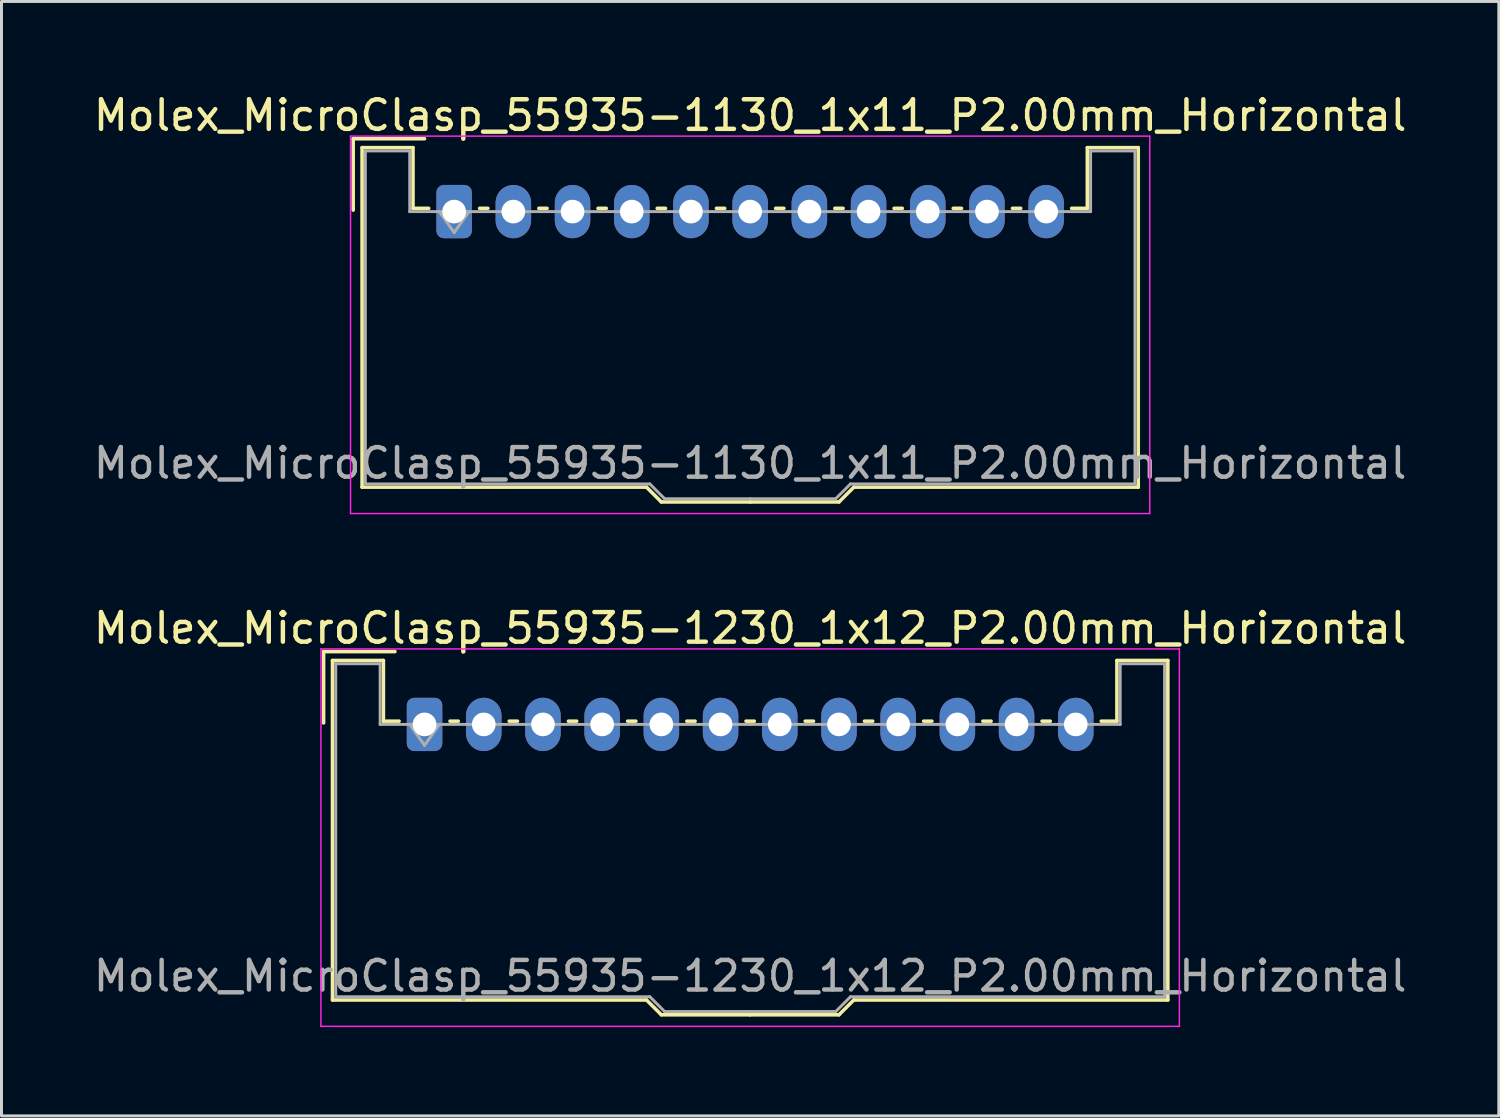
<source format=kicad_pcb>
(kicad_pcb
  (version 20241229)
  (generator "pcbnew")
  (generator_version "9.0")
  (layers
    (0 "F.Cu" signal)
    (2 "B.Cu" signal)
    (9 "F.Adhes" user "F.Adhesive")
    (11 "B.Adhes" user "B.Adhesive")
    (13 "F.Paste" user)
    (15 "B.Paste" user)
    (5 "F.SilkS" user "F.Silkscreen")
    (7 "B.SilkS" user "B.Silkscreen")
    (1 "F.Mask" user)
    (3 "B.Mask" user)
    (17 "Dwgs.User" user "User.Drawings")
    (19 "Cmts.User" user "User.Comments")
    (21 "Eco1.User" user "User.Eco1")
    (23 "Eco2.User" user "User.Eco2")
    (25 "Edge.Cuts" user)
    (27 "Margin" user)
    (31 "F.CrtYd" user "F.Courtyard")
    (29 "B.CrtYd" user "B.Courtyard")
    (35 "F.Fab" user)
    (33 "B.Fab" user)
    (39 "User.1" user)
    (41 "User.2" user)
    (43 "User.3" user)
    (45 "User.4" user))
  (footprint "Molex_MicroClasp_55935-1130_1x11_P2.00mm_Horizontal"
    (layer "F.Cu")
    (at 12.292 4.098)
    (property "Reference" "Molex_MicroClasp_55935-1130_1x11_P2.00mm_Horizontal" (at 10 -3.25 0) (layer "F.SilkS") (effects (font (size 1 1) (thickness 0.15))))
    (attr through_hole)
    (fp_line (start -3.41 -2.46) (end -1 -2.46) (stroke (width 0.12) (type solid)) (layer "F.SilkS"))
    (fp_line (start -3.41 -0.05) (end -3.41 -2.46) (stroke (width 0.12) (type solid)) (layer "F.SilkS"))
    (fp_line (start -3.11 -2.16) (end -1.39 -2.16) (stroke (width 0.12) (type solid)) (layer "F.SilkS"))
    (fp_line (start -3.11 9.31) (end -3.11 -2.16) (stroke (width 0.12) (type solid)) (layer "F.SilkS"))
    (fp_line (start -1.39 -2.16) (end -1.39 -0.11) (stroke (width 0.12) (type solid)) (layer "F.SilkS"))
    (fp_line (start -1.39 -0.11) (end -0.86 -0.11) (stroke (width 0.12) (type solid)) (layer "F.SilkS"))
    (fp_line (start 0.86 -0.11) (end 1.14 -0.11) (stroke (width 0.12) (type solid)) (layer "F.SilkS"))
    (fp_line (start 2.86 -0.11) (end 3.14 -0.11) (stroke (width 0.12) (type solid)) (layer "F.SilkS"))
    (fp_line (start 4.86 -0.11) (end 5.14 -0.11) (stroke (width 0.12) (type solid)) (layer "F.SilkS"))
    (fp_line (start 6.5 9.31) (end -3.11 9.31) (stroke (width 0.12) (type solid)) (layer "F.SilkS"))
    (fp_line (start 6.86 -0.11) (end 7.14 -0.11) (stroke (width 0.12) (type solid)) (layer "F.SilkS"))
    (fp_line (start 7 9.81) (end 6.5 9.31) (stroke (width 0.12) (type solid)) (layer "F.SilkS"))
    (fp_line (start 8.86 -0.11) (end 9.14 -0.11) (stroke (width 0.12) (type solid)) (layer "F.SilkS"))
    (fp_line (start 10 9.81) (end 7 9.81) (stroke (width 0.12) (type solid)) (layer "F.SilkS"))
    (fp_line (start 10 9.81) (end 13 9.81) (stroke (width 0.12) (type solid)) (layer "F.SilkS"))
    (fp_line (start 10.86 -0.11) (end 11.14 -0.11) (stroke (width 0.12) (type solid)) (layer "F.SilkS"))
    (fp_line (start 12.86 -0.11) (end 13.14 -0.11) (stroke (width 0.12) (type solid)) (layer "F.SilkS"))
    (fp_line (start 13 9.81) (end 13.5 9.31) (stroke (width 0.12) (type solid)) (layer "F.SilkS"))
    (fp_line (start 13.5 9.31) (end 23.11 9.31) (stroke (width 0.12) (type solid)) (layer "F.SilkS"))
    (fp_line (start 14.86 -0.11) (end 15.14 -0.11) (stroke (width 0.12) (type solid)) (layer "F.SilkS"))
    (fp_line (start 16.86 -0.11) (end 17.14 -0.11) (stroke (width 0.12) (type solid)) (layer "F.SilkS"))
    (fp_line (start 18.86 -0.11) (end 19.14 -0.11) (stroke (width 0.12) (type solid)) (layer "F.SilkS"))
    (fp_line (start 21.39 -2.16) (end 21.39 -0.11) (stroke (width 0.12) (type solid)) (layer "F.SilkS"))
    (fp_line (start 21.39 -0.11) (end 20.86 -0.11) (stroke (width 0.12) (type solid)) (layer "F.SilkS"))
    (fp_line (start 23.11 -2.16) (end 21.39 -2.16) (stroke (width 0.12) (type solid)) (layer "F.SilkS"))
    (fp_line (start 23.11 9.31) (end 23.11 -2.16) (stroke (width 0.12) (type solid)) (layer "F.SilkS"))
    (fp_line (start -3.5 -2.55) (end -3.5 10.2) (stroke (width 0.05) (type solid)) (layer "F.CrtYd"))
    (fp_line (start -3.5 10.2) (end 23.5 10.2) (stroke (width 0.05) (type solid)) (layer "F.CrtYd"))
    (fp_line (start 23.5 -2.55) (end -3.5 -2.55) (stroke (width 0.05) (type solid)) (layer "F.CrtYd"))
    (fp_line (start 23.5 10.2) (end 23.5 -2.55) (stroke (width 0.05) (type solid)) (layer "F.CrtYd"))
    (fp_line (start -3 -2.05) (end -1.5 -2.05) (stroke (width 0.1) (type solid)) (layer "F.Fab"))
    (fp_line (start -3 9.2) (end -3 -2.05) (stroke (width 0.1) (type solid)) (layer "F.Fab"))
    (fp_line (start -1.5 -2.05) (end -1.5 0) (stroke (width 0.1) (type solid)) (layer "F.Fab"))
    (fp_line (start -1.5 0) (end 10 0) (stroke (width 0.1) (type solid)) (layer "F.Fab"))
    (fp_line (start -0.5 0) (end 0 0.707) (stroke (width 0.1) (type solid)) (layer "F.Fab"))
    (fp_line (start 0 0.707) (end 0.5 0) (stroke (width 0.1) (type solid)) (layer "F.Fab"))
    (fp_line (start 6.61 9.2) (end -3 9.2) (stroke (width 0.1) (type solid)) (layer "F.Fab"))
    (fp_line (start 7.11 9.7) (end 6.61 9.2) (stroke (width 0.1) (type solid)) (layer "F.Fab"))
    (fp_line (start 10 9.7) (end 7.11 9.7) (stroke (width 0.1) (type solid)) (layer "F.Fab"))
    (fp_line (start 10 9.7) (end 12.89 9.7) (stroke (width 0.1) (type solid)) (layer "F.Fab"))
    (fp_line (start 12.89 9.7) (end 13.39 9.2) (stroke (width 0.1) (type solid)) (layer "F.Fab"))
    (fp_line (start 13.39 9.2) (end 23 9.2) (stroke (width 0.1) (type solid)) (layer "F.Fab"))
    (fp_line (start 21.5 -2.05) (end 21.5 0) (stroke (width 0.1) (type solid)) (layer "F.Fab"))
    (fp_line (start 21.5 0) (end 10 0) (stroke (width 0.1) (type solid)) (layer "F.Fab"))
    (fp_line (start 23 -2.05) (end 21.5 -2.05) (stroke (width 0.1) (type solid)) (layer "F.Fab"))
    (fp_line (start 23 9.2) (end 23 -2.05) (stroke (width 0.1) (type solid)) (layer "F.Fab"))
    (fp_text user "${REFERENCE}" (at 10 8.5 0) (layer "F.Fab") (effects (font (size 1 1) (thickness 0.15))))
    (pad "1" thru_hole roundrect (at 0 0) (size 1.2 1.8) (drill 0.8) (layers "*.Cu" "*.Mask") (roundrect_rratio 0.208))
    (pad "2" thru_hole oval (at 2 0) (size 1.2 1.8) (drill 0.8) (layers "*.Cu" "*.Mask"))
    (pad "3" thru_hole oval (at 4 0) (size 1.2 1.8) (drill 0.8) (layers "*.Cu" "*.Mask"))
    (pad "4" thru_hole oval (at 6 0) (size 1.2 1.8) (drill 0.8) (layers "*.Cu" "*.Mask"))
    (pad "5" thru_hole oval (at 8 0) (size 1.2 1.8) (drill 0.8) (layers "*.Cu" "*.Mask"))
    (pad "6" thru_hole oval (at 10 0) (size 1.2 1.8) (drill 0.8) (layers "*.Cu" "*.Mask"))
    (pad "7" thru_hole oval (at 12 0) (size 1.2 1.8) (drill 0.8) (layers "*.Cu" "*.Mask"))
    (pad "8" thru_hole oval (at 14 0) (size 1.2 1.8) (drill 0.8) (layers "*.Cu" "*.Mask"))
    (pad "9" thru_hole oval (at 16 0) (size 1.2 1.8) (drill 0.8) (layers "*.Cu" "*.Mask"))
    (pad "10" thru_hole oval (at 18 0) (size 1.2 1.8) (drill 0.8) (layers "*.Cu" "*.Mask"))
    (pad "11" thru_hole oval (at 20 0) (size 1.2 1.8) (drill 0.8) (layers "*.Cu" "*.Mask")))
  (footprint "Molex_MicroClasp_55935-1230_1x12_P2.00mm_Horizontal"
    (layer "F.Cu")
    (at 11.292 21.422)
    (property "Reference" "Molex_MicroClasp_55935-1230_1x12_P2.00mm_Horizontal" (at 11 -3.25 0) (layer "F.SilkS") (effects (font (size 1 1) (thickness 0.15))))
    (attr through_hole)
    (fp_line (start -3.41 -2.46) (end -1 -2.46) (stroke (width 0.12) (type solid)) (layer "F.SilkS"))
    (fp_line (start -3.41 -0.05) (end -3.41 -2.46) (stroke (width 0.12) (type solid)) (layer "F.SilkS"))
    (fp_line (start -3.11 -2.16) (end -1.39 -2.16) (stroke (width 0.12) (type solid)) (layer "F.SilkS"))
    (fp_line (start -3.11 9.31) (end -3.11 -2.16) (stroke (width 0.12) (type solid)) (layer "F.SilkS"))
    (fp_line (start -1.39 -2.16) (end -1.39 -0.11) (stroke (width 0.12) (type solid)) (layer "F.SilkS"))
    (fp_line (start -1.39 -0.11) (end -0.86 -0.11) (stroke (width 0.12) (type solid)) (layer "F.SilkS"))
    (fp_line (start 0.86 -0.11) (end 1.14 -0.11) (stroke (width 0.12) (type solid)) (layer "F.SilkS"))
    (fp_line (start 2.86 -0.11) (end 3.14 -0.11) (stroke (width 0.12) (type solid)) (layer "F.SilkS"))
    (fp_line (start 4.86 -0.11) (end 5.14 -0.11) (stroke (width 0.12) (type solid)) (layer "F.SilkS"))
    (fp_line (start 6.86 -0.11) (end 7.14 -0.11) (stroke (width 0.12) (type solid)) (layer "F.SilkS"))
    (fp_line (start 7.5 9.31) (end -3.11 9.31) (stroke (width 0.12) (type solid)) (layer "F.SilkS"))
    (fp_line (start 8 9.81) (end 7.5 9.31) (stroke (width 0.12) (type solid)) (layer "F.SilkS"))
    (fp_line (start 8.86 -0.11) (end 9.14 -0.11) (stroke (width 0.12) (type solid)) (layer "F.SilkS"))
    (fp_line (start 10.86 -0.11) (end 11.14 -0.11) (stroke (width 0.12) (type solid)) (layer "F.SilkS"))
    (fp_line (start 11 9.81) (end 8 9.81) (stroke (width 0.12) (type solid)) (layer "F.SilkS"))
    (fp_line (start 11 9.81) (end 14 9.81) (stroke (width 0.12) (type solid)) (layer "F.SilkS"))
    (fp_line (start 12.86 -0.11) (end 13.14 -0.11) (stroke (width 0.12) (type solid)) (layer "F.SilkS"))
    (fp_line (start 14 9.81) (end 14.5 9.31) (stroke (width 0.12) (type solid)) (layer "F.SilkS"))
    (fp_line (start 14.5 9.31) (end 25.11 9.31) (stroke (width 0.12) (type solid)) (layer "F.SilkS"))
    (fp_line (start 14.86 -0.11) (end 15.14 -0.11) (stroke (width 0.12) (type solid)) (layer "F.SilkS"))
    (fp_line (start 16.86 -0.11) (end 17.14 -0.11) (stroke (width 0.12) (type solid)) (layer "F.SilkS"))
    (fp_line (start 18.86 -0.11) (end 19.14 -0.11) (stroke (width 0.12) (type solid)) (layer "F.SilkS"))
    (fp_line (start 20.86 -0.11) (end 21.14 -0.11) (stroke (width 0.12) (type solid)) (layer "F.SilkS"))
    (fp_line (start 23.39 -2.16) (end 23.39 -0.11) (stroke (width 0.12) (type solid)) (layer "F.SilkS"))
    (fp_line (start 23.39 -0.11) (end 22.86 -0.11) (stroke (width 0.12) (type solid)) (layer "F.SilkS"))
    (fp_line (start 25.11 -2.16) (end 23.39 -2.16) (stroke (width 0.12) (type solid)) (layer "F.SilkS"))
    (fp_line (start 25.11 9.31) (end 25.11 -2.16) (stroke (width 0.12) (type solid)) (layer "F.SilkS"))
    (fp_line (start -3.5 -2.55) (end -3.5 10.2) (stroke (width 0.05) (type solid)) (layer "F.CrtYd"))
    (fp_line (start -3.5 10.2) (end 25.5 10.2) (stroke (width 0.05) (type solid)) (layer "F.CrtYd"))
    (fp_line (start 25.5 -2.55) (end -3.5 -2.55) (stroke (width 0.05) (type solid)) (layer "F.CrtYd"))
    (fp_line (start 25.5 10.2) (end 25.5 -2.55) (stroke (width 0.05) (type solid)) (layer "F.CrtYd"))
    (fp_line (start -3 -2.05) (end -1.5 -2.05) (stroke (width 0.1) (type solid)) (layer "F.Fab"))
    (fp_line (start -3 9.2) (end -3 -2.05) (stroke (width 0.1) (type solid)) (layer "F.Fab"))
    (fp_line (start -1.5 -2.05) (end -1.5 0) (stroke (width 0.1) (type solid)) (layer "F.Fab"))
    (fp_line (start -1.5 0) (end 11 0) (stroke (width 0.1) (type solid)) (layer "F.Fab"))
    (fp_line (start -0.5 0) (end 0 0.707) (stroke (width 0.1) (type solid)) (layer "F.Fab"))
    (fp_line (start 0 0.707) (end 0.5 0) (stroke (width 0.1) (type solid)) (layer "F.Fab"))
    (fp_line (start 7.61 9.2) (end -3 9.2) (stroke (width 0.1) (type solid)) (layer "F.Fab"))
    (fp_line (start 8.11 9.7) (end 7.61 9.2) (stroke (width 0.1) (type solid)) (layer "F.Fab"))
    (fp_line (start 11 9.7) (end 8.11 9.7) (stroke (width 0.1) (type solid)) (layer "F.Fab"))
    (fp_line (start 11 9.7) (end 13.89 9.7) (stroke (width 0.1) (type solid)) (layer "F.Fab"))
    (fp_line (start 13.89 9.7) (end 14.39 9.2) (stroke (width 0.1) (type solid)) (layer "F.Fab"))
    (fp_line (start 14.39 9.2) (end 25 9.2) (stroke (width 0.1) (type solid)) (layer "F.Fab"))
    (fp_line (start 23.5 -2.05) (end 23.5 0) (stroke (width 0.1) (type solid)) (layer "F.Fab"))
    (fp_line (start 23.5 0) (end 11 0) (stroke (width 0.1) (type solid)) (layer "F.Fab"))
    (fp_line (start 25 -2.05) (end 23.5 -2.05) (stroke (width 0.1) (type solid)) (layer "F.Fab"))
    (fp_line (start 25 9.2) (end 25 -2.05) (stroke (width 0.1) (type solid)) (layer "F.Fab"))
    (fp_text user "${REFERENCE}" (at 11 8.5 0) (layer "F.Fab") (effects (font (size 1 1) (thickness 0.15))))
    (pad "1" thru_hole roundrect (at 0 0) (size 1.2 1.8) (drill 0.8) (layers "*.Cu" "*.Mask") (roundrect_rratio 0.208))
    (pad "2" thru_hole oval (at 2 0) (size 1.2 1.8) (drill 0.8) (layers "*.Cu" "*.Mask"))
    (pad "3" thru_hole oval (at 4 0) (size 1.2 1.8) (drill 0.8) (layers "*.Cu" "*.Mask"))
    (pad "4" thru_hole oval (at 6 0) (size 1.2 1.8) (drill 0.8) (layers "*.Cu" "*.Mask"))
    (pad "5" thru_hole oval (at 8 0) (size 1.2 1.8) (drill 0.8) (layers "*.Cu" "*.Mask"))
    (pad "6" thru_hole oval (at 10 0) (size 1.2 1.8) (drill 0.8) (layers "*.Cu" "*.Mask"))
    (pad "7" thru_hole oval (at 12 0) (size 1.2 1.8) (drill 0.8) (layers "*.Cu" "*.Mask"))
    (pad "8" thru_hole oval (at 14 0) (size 1.2 1.8) (drill 0.8) (layers "*.Cu" "*.Mask"))
    (pad "9" thru_hole oval (at 16 0) (size 1.2 1.8) (drill 0.8) (layers "*.Cu" "*.Mask"))
    (pad "10" thru_hole oval (at 18 0) (size 1.2 1.8) (drill 0.8) (layers "*.Cu" "*.Mask"))
    (pad "11" thru_hole oval (at 20 0) (size 1.2 1.8) (drill 0.8) (layers "*.Cu" "*.Mask"))
    (pad "12" thru_hole oval (at 22 0) (size 1.2 1.8) (drill 0.8) (layers "*.Cu" "*.Mask")))
  (gr_rect
    (start -3 -3)
    (end 47.583 34.647)
    (stroke (width 0.1) (type default))
    (fill no)
    (layer "Edge.Cuts")))
</source>
